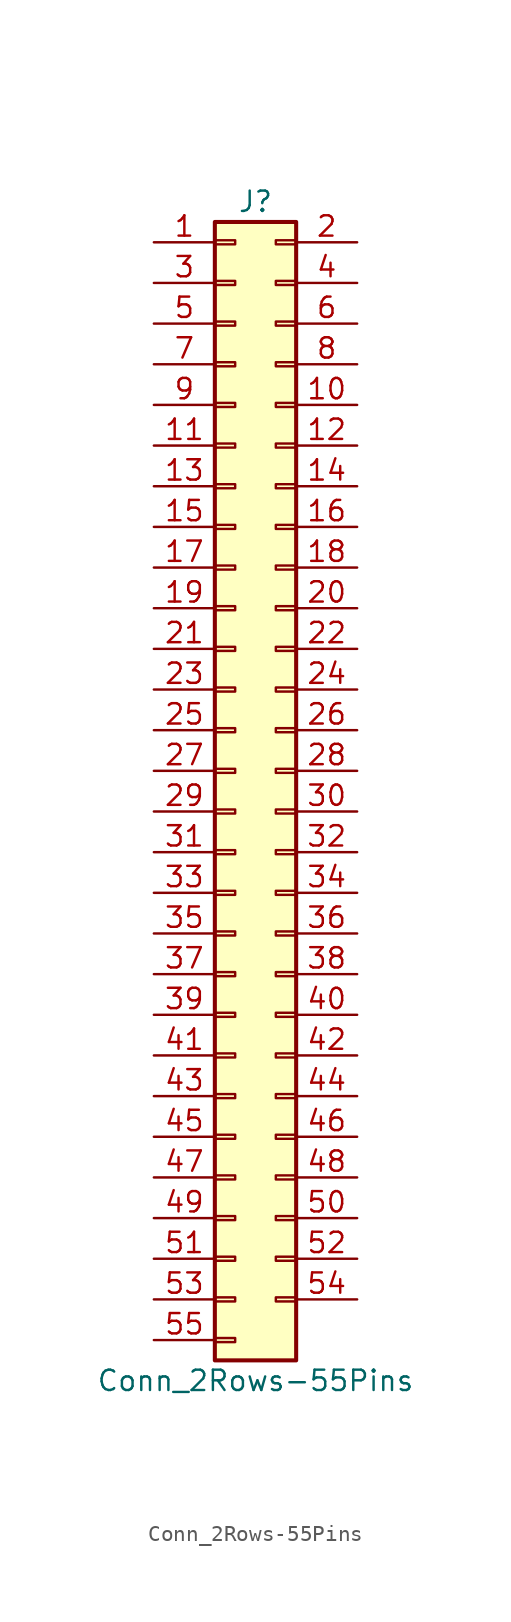
<source format=kicad_sym>
(kicad_symbol_lib
  (version 20211014)
  (generator kicad_symbol_editor)
  (symbol "Conn_2Rows-55Pins"
    (pin_names
      (offset 1.016) hide)
    (property "Reference" "J"
      (at 1.27 35.56 0)
      (effects (font (size 1.27 1.27))))
    (property "Value" "Conn_2Rows-55Pins"
      (at 1.27 -38.1 0)
      (effects (font (size 1.27 1.27))))
    (symbol "Conn_2Rows-55Pins_1_1"
      (rectangle (start -1.27 -35.433) (end 0 -35.687) (stroke (width 0.152) (type default) (color 0 0 0 0)) (fill (type none)))
      (rectangle (start -1.27 -32.893) (end 0 -33.147) (stroke (width 0.152) (type default) (color 0 0 0 0)) (fill (type none)))
      (rectangle (start -1.27 -30.353) (end 0 -30.607) (stroke (width 0.152) (type default) (color 0 0 0 0)) (fill (type none)))
      (rectangle (start -1.27 -27.813) (end 0 -28.067) (stroke (width 0.152) (type default) (color 0 0 0 0)) (fill (type none)))
      (rectangle (start -1.27 -25.273) (end 0 -25.527) (stroke (width 0.152) (type default) (color 0 0 0 0)) (fill (type none)))
      (rectangle (start -1.27 -22.733) (end 0 -22.987) (stroke (width 0.152) (type default) (color 0 0 0 0)) (fill (type none)))
      (rectangle (start -1.27 -20.193) (end 0 -20.447) (stroke (width 0.152) (type default) (color 0 0 0 0)) (fill (type none)))
      (rectangle (start -1.27 -17.653) (end 0 -17.907) (stroke (width 0.152) (type default) (color 0 0 0 0)) (fill (type none)))
      (rectangle (start -1.27 -15.113) (end 0 -15.367) (stroke (width 0.152) (type default) (color 0 0 0 0)) (fill (type none)))
      (rectangle (start -1.27 -12.573) (end 0 -12.827) (stroke (width 0.152) (type default) (color 0 0 0 0)) (fill (type none)))
      (rectangle (start -1.27 -10.033) (end 0 -10.287) (stroke (width 0.152) (type default) (color 0 0 0 0)) (fill (type none)))
      (rectangle (start -1.27 -7.493) (end 0 -7.747) (stroke (width 0.152) (type default) (color 0 0 0 0)) (fill (type none)))
      (rectangle (start -1.27 -4.953) (end 0 -5.207) (stroke (width 0.152) (type default) (color 0 0 0 0)) (fill (type none)))
      (rectangle (start -1.27 -2.413) (end 0 -2.667) (stroke (width 0.152) (type default) (color 0 0 0 0)) (fill (type none)))
      (rectangle (start -1.27 0.127) (end 0 -0.127) (stroke (width 0.152) (type default) (color 0 0 0 0)) (fill (type none)))
      (rectangle (start -1.27 2.667) (end 0 2.413) (stroke (width 0.152) (type default) (color 0 0 0 0)) (fill (type none)))
      (rectangle (start -1.27 5.207) (end 0 4.953) (stroke (width 0.152) (type default) (color 0 0 0 0)) (fill (type none)))
      (rectangle (start -1.27 7.747) (end 0 7.493) (stroke (width 0.152) (type default) (color 0 0 0 0)) (fill (type none)))
      (rectangle (start -1.27 10.287) (end 0 10.033) (stroke (width 0.152) (type default) (color 0 0 0 0)) (fill (type none)))
      (rectangle (start -1.27 12.827) (end 0 12.573) (stroke (width 0.152) (type default) (color 0 0 0 0)) (fill (type none)))
      (rectangle (start -1.27 15.367) (end 0 15.113) (stroke (width 0.152) (type default) (color 0 0 0 0)) (fill (type none)))
      (rectangle (start -1.27 17.907) (end 0 17.653) (stroke (width 0.152) (type default) (color 0 0 0 0)) (fill (type none)))
      (rectangle (start -1.27 20.447) (end 0 20.193) (stroke (width 0.152) (type default) (color 0 0 0 0)) (fill (type none)))
      (rectangle (start -1.27 22.987) (end 0 22.733) (stroke (width 0.152) (type default) (color 0 0 0 0)) (fill (type none)))
      (rectangle (start -1.27 25.527) (end 0 25.273) (stroke (width 0.152) (type default) (color 0 0 0 0)) (fill (type none)))
      (rectangle (start -1.27 28.067) (end 0 27.813) (stroke (width 0.152) (type default) (color 0 0 0 0)) (fill (type none)))
      (rectangle (start -1.27 30.607) (end 0 30.353) (stroke (width 0.152) (type default) (color 0 0 0 0)) (fill (type none)))
      (rectangle (start -1.27 33.147) (end 0 32.893) (stroke (width 0.152) (type default) (color 0 0 0 0)) (fill (type none)))
      (rectangle (start -1.27 34.29) (end 3.81 -36.83) (stroke (width 0.254) (type default) (color 0 0 0 0)) (fill (type background)))
      (rectangle (start 3.81 -32.893) (end 2.54 -33.147) (stroke (width 0.152) (type default) (color 0 0 0 0)) (fill (type none)))
      (rectangle (start 3.81 -30.353) (end 2.54 -30.607) (stroke (width 0.152) (type default) (color 0 0 0 0)) (fill (type none)))
      (rectangle (start 3.81 -27.813) (end 2.54 -28.067) (stroke (width 0.152) (type default) (color 0 0 0 0)) (fill (type none)))
      (rectangle (start 3.81 -25.273) (end 2.54 -25.527) (stroke (width 0.152) (type default) (color 0 0 0 0)) (fill (type none)))
      (rectangle (start 3.81 -22.733) (end 2.54 -22.987) (stroke (width 0.152) (type default) (color 0 0 0 0)) (fill (type none)))
      (rectangle (start 3.81 -20.193) (end 2.54 -20.447) (stroke (width 0.152) (type default) (color 0 0 0 0)) (fill (type none)))
      (rectangle (start 3.81 -17.653) (end 2.54 -17.907) (stroke (width 0.152) (type default) (color 0 0 0 0)) (fill (type none)))
      (rectangle (start 3.81 -15.113) (end 2.54 -15.367) (stroke (width 0.152) (type default) (color 0 0 0 0)) (fill (type none)))
      (rectangle (start 3.81 -12.573) (end 2.54 -12.827) (stroke (width 0.152) (type default) (color 0 0 0 0)) (fill (type none)))
      (rectangle (start 3.81 -10.033) (end 2.54 -10.287) (stroke (width 0.152) (type default) (color 0 0 0 0)) (fill (type none)))
      (rectangle (start 3.81 -7.493) (end 2.54 -7.747) (stroke (width 0.152) (type default) (color 0 0 0 0)) (fill (type none)))
      (rectangle (start 3.81 -4.953) (end 2.54 -5.207) (stroke (width 0.152) (type default) (color 0 0 0 0)) (fill (type none)))
      (rectangle (start 3.81 -2.413) (end 2.54 -2.667) (stroke (width 0.152) (type default) (color 0 0 0 0)) (fill (type none)))
      (rectangle (start 3.81 0.127) (end 2.54 -0.127) (stroke (width 0.152) (type default) (color 0 0 0 0)) (fill (type none)))
      (rectangle (start 3.81 2.667) (end 2.54 2.413) (stroke (width 0.152) (type default) (color 0 0 0 0)) (fill (type none)))
      (rectangle (start 3.81 5.207) (end 2.54 4.953) (stroke (width 0.152) (type default) (color 0 0 0 0)) (fill (type none)))
      (rectangle (start 3.81 7.747) (end 2.54 7.493) (stroke (width 0.152) (type default) (color 0 0 0 0)) (fill (type none)))
      (rectangle (start 3.81 10.287) (end 2.54 10.033) (stroke (width 0.152) (type default) (color 0 0 0 0)) (fill (type none)))
      (rectangle (start 3.81 12.827) (end 2.54 12.573) (stroke (width 0.152) (type default) (color 0 0 0 0)) (fill (type none)))
      (rectangle (start 3.81 15.367) (end 2.54 15.113) (stroke (width 0.152) (type default) (color 0 0 0 0)) (fill (type none)))
      (rectangle (start 3.81 17.907) (end 2.54 17.653) (stroke (width 0.152) (type default) (color 0 0 0 0)) (fill (type none)))
      (rectangle (start 3.81 20.447) (end 2.54 20.193) (stroke (width 0.152) (type default) (color 0 0 0 0)) (fill (type none)))
      (rectangle (start 3.81 22.987) (end 2.54 22.733) (stroke (width 0.152) (type default) (color 0 0 0 0)) (fill (type none)))
      (rectangle (start 3.81 25.527) (end 2.54 25.273) (stroke (width 0.152) (type default) (color 0 0 0 0)) (fill (type none)))
      (rectangle (start 3.81 28.067) (end 2.54 27.813) (stroke (width 0.152) (type default) (color 0 0 0 0)) (fill (type none)))
      (rectangle (start 3.81 30.607) (end 2.54 30.353) (stroke (width 0.152) (type default) (color 0 0 0 0)) (fill (type none)))
      (rectangle (start 3.81 33.147) (end 2.54 32.893) (stroke (width 0.152) (type default) (color 0 0 0 0)) (fill (type none)))
      (pin passive line (at -5.08 33.02 0) (length 3.81) (name "Pin_1" (effects (font (size 1.27 1.27)))) (number "1" (effects (font (size 1.27 1.27)))))
      (pin passive line (at 7.62 22.86 180) (length 3.81) (name "Pin_10" (effects (font (size 1.27 1.27)))) (number "10" (effects (font (size 1.27 1.27)))))
      (pin passive line (at -5.08 20.32 0) (length 3.81) (name "Pin_11" (effects (font (size 1.27 1.27)))) (number "11" (effects (font (size 1.27 1.27)))))
      (pin passive line (at 7.62 20.32 180) (length 3.81) (name "Pin_12" (effects (font (size 1.27 1.27)))) (number "12" (effects (font (size 1.27 1.27)))))
      (pin passive line (at -5.08 17.78 0) (length 3.81) (name "Pin_13" (effects (font (size 1.27 1.27)))) (number "13" (effects (font (size 1.27 1.27)))))
      (pin passive line (at 7.62 17.78 180) (length 3.81) (name "Pin_14" (effects (font (size 1.27 1.27)))) (number "14" (effects (font (size 1.27 1.27)))))
      (pin passive line (at -5.08 15.24 0) (length 3.81) (name "Pin_15" (effects (font (size 1.27 1.27)))) (number "15" (effects (font (size 1.27 1.27)))))
      (pin passive line (at 7.62 15.24 180) (length 3.81) (name "Pin_16" (effects (font (size 1.27 1.27)))) (number "16" (effects (font (size 1.27 1.27)))))
      (pin passive line (at -5.08 12.7 0) (length 3.81) (name "Pin_17" (effects (font (size 1.27 1.27)))) (number "17" (effects (font (size 1.27 1.27)))))
      (pin passive line (at 7.62 12.7 180) (length 3.81) (name "Pin_18" (effects (font (size 1.27 1.27)))) (number "18" (effects (font (size 1.27 1.27)))))
      (pin passive line (at -5.08 10.16 0) (length 3.81) (name "Pin_19" (effects (font (size 1.27 1.27)))) (number "19" (effects (font (size 1.27 1.27)))))
      (pin passive line (at 7.62 33.02 180) (length 3.81) (name "Pin_2" (effects (font (size 1.27 1.27)))) (number "2" (effects (font (size 1.27 1.27)))))
      (pin passive line (at 7.62 10.16 180) (length 3.81) (name "Pin_20" (effects (font (size 1.27 1.27)))) (number "20" (effects (font (size 1.27 1.27)))))
      (pin passive line (at -5.08 7.62 0) (length 3.81) (name "Pin_21" (effects (font (size 1.27 1.27)))) (number "21" (effects (font (size 1.27 1.27)))))
      (pin passive line (at 7.62 7.62 180) (length 3.81) (name "Pin_22" (effects (font (size 1.27 1.27)))) (number "22" (effects (font (size 1.27 1.27)))))
      (pin passive line (at -5.08 5.08 0) (length 3.81) (name "Pin_23" (effects (font (size 1.27 1.27)))) (number "23" (effects (font (size 1.27 1.27)))))
      (pin passive line (at 7.62 5.08 180) (length 3.81) (name "Pin_24" (effects (font (size 1.27 1.27)))) (number "24" (effects (font (size 1.27 1.27)))))
      (pin passive line (at -5.08 2.54 0) (length 3.81) (name "Pin_25" (effects (font (size 1.27 1.27)))) (number "25" (effects (font (size 1.27 1.27)))))
      (pin passive line (at 7.62 2.54 180) (length 3.81) (name "Pin_26" (effects (font (size 1.27 1.27)))) (number "26" (effects (font (size 1.27 1.27)))))
      (pin passive line (at -5.08 0 0) (length 3.81) (name "Pin_27" (effects (font (size 1.27 1.27)))) (number "27" (effects (font (size 1.27 1.27)))))
      (pin passive line (at 7.62 0 180) (length 3.81) (name "Pin_28" (effects (font (size 1.27 1.27)))) (number "28" (effects (font (size 1.27 1.27)))))
      (pin passive line (at -5.08 -2.54 0) (length 3.81) (name "Pin_29" (effects (font (size 1.27 1.27)))) (number "29" (effects (font (size 1.27 1.27)))))
      (pin passive line (at -5.08 30.48 0) (length 3.81) (name "Pin_3" (effects (font (size 1.27 1.27)))) (number "3" (effects (font (size 1.27 1.27)))))
      (pin passive line (at 7.62 -2.54 180) (length 3.81) (name "Pin_30" (effects (font (size 1.27 1.27)))) (number "30" (effects (font (size 1.27 1.27)))))
      (pin passive line (at -5.08 -5.08 0) (length 3.81) (name "Pin_31" (effects (font (size 1.27 1.27)))) (number "31" (effects (font (size 1.27 1.27)))))
      (pin passive line (at 7.62 -5.08 180) (length 3.81) (name "Pin_32" (effects (font (size 1.27 1.27)))) (number "32" (effects (font (size 1.27 1.27)))))
      (pin passive line (at -5.08 -7.62 0) (length 3.81) (name "Pin_33" (effects (font (size 1.27 1.27)))) (number "33" (effects (font (size 1.27 1.27)))))
      (pin passive line (at 7.62 -7.62 180) (length 3.81) (name "Pin_34" (effects (font (size 1.27 1.27)))) (number "34" (effects (font (size 1.27 1.27)))))
      (pin passive line (at -5.08 -10.16 0) (length 3.81) (name "Pin_35" (effects (font (size 1.27 1.27)))) (number "35" (effects (font (size 1.27 1.27)))))
      (pin passive line (at 7.62 -10.16 180) (length 3.81) (name "Pin_36" (effects (font (size 1.27 1.27)))) (number "36" (effects (font (size 1.27 1.27)))))
      (pin passive line (at -5.08 -12.7 0) (length 3.81) (name "Pin_37" (effects (font (size 1.27 1.27)))) (number "37" (effects (font (size 1.27 1.27)))))
      (pin passive line (at 7.62 -12.7 180) (length 3.81) (name "Pin_38" (effects (font (size 1.27 1.27)))) (number "38" (effects (font (size 1.27 1.27)))))
      (pin passive line (at -5.08 -15.24 0) (length 3.81) (name "Pin_39" (effects (font (size 1.27 1.27)))) (number "39" (effects (font (size 1.27 1.27)))))
      (pin passive line (at 7.62 30.48 180) (length 3.81) (name "Pin_4" (effects (font (size 1.27 1.27)))) (number "4" (effects (font (size 1.27 1.27)))))
      (pin passive line (at 7.62 -15.24 180) (length 3.81) (name "Pin_40" (effects (font (size 1.27 1.27)))) (number "40" (effects (font (size 1.27 1.27)))))
      (pin passive line (at -5.08 -17.78 0) (length 3.81) (name "Pin_41" (effects (font (size 1.27 1.27)))) (number "41" (effects (font (size 1.27 1.27)))))
      (pin passive line (at 7.62 -17.78 180) (length 3.81) (name "Pin_42" (effects (font (size 1.27 1.27)))) (number "42" (effects (font (size 1.27 1.27)))))
      (pin passive line (at -5.08 -20.32 0) (length 3.81) (name "Pin_43" (effects (font (size 1.27 1.27)))) (number "43" (effects (font (size 1.27 1.27)))))
      (pin passive line (at 7.62 -20.32 180) (length 3.81) (name "Pin_44" (effects (font (size 1.27 1.27)))) (number "44" (effects (font (size 1.27 1.27)))))
      (pin passive line (at -5.08 -22.86 0) (length 3.81) (name "Pin_45" (effects (font (size 1.27 1.27)))) (number "45" (effects (font (size 1.27 1.27)))))
      (pin passive line (at 7.62 -22.86 180) (length 3.81) (name "Pin_46" (effects (font (size 1.27 1.27)))) (number "46" (effects (font (size 1.27 1.27)))))
      (pin passive line (at -5.08 -25.4 0) (length 3.81) (name "Pin_47" (effects (font (size 1.27 1.27)))) (number "47" (effects (font (size 1.27 1.27)))))
      (pin passive line (at 7.62 -25.4 180) (length 3.81) (name "Pin_48" (effects (font (size 1.27 1.27)))) (number "48" (effects (font (size 1.27 1.27)))))
      (pin passive line (at -5.08 -27.94 0) (length 3.81) (name "Pin_49" (effects (font (size 1.27 1.27)))) (number "49" (effects (font (size 1.27 1.27)))))
      (pin passive line (at -5.08 27.94 0) (length 3.81) (name "Pin_5" (effects (font (size 1.27 1.27)))) (number "5" (effects (font (size 1.27 1.27)))))
      (pin passive line (at 7.62 -27.94 180) (length 3.81) (name "Pin_50" (effects (font (size 1.27 1.27)))) (number "50" (effects (font (size 1.27 1.27)))))
      (pin passive line (at -5.08 -30.48 0) (length 3.81) (name "Pin_51" (effects (font (size 1.27 1.27)))) (number "51" (effects (font (size 1.27 1.27)))))
      (pin passive line (at 7.62 -30.48 180) (length 3.81) (name "Pin_52" (effects (font (size 1.27 1.27)))) (number "52" (effects (font (size 1.27 1.27)))))
      (pin passive line (at -5.08 -33.02 0) (length 3.81) (name "Pin_53" (effects (font (size 1.27 1.27)))) (number "53" (effects (font (size 1.27 1.27)))))
      (pin passive line (at 7.62 -33.02 180) (length 3.81) (name "Pin_54" (effects (font (size 1.27 1.27)))) (number "54" (effects (font (size 1.27 1.27)))))
      (pin passive line (at -5.08 -35.56 0) (length 3.81) (name "Pin_55" (effects (font (size 1.27 1.27)))) (number "55" (effects (font (size 1.27 1.27)))))
      (pin passive line (at 7.62 27.94 180) (length 3.81) (name "Pin_6" (effects (font (size 1.27 1.27)))) (number "6" (effects (font (size 1.27 1.27)))))
      (pin passive line (at -5.08 25.4 0) (length 3.81) (name "Pin_7" (effects (font (size 1.27 1.27)))) (number "7" (effects (font (size 1.27 1.27)))))
      (pin passive line (at 7.62 25.4 180) (length 3.81) (name "Pin_8" (effects (font (size 1.27 1.27)))) (number "8" (effects (font (size 1.27 1.27)))))
      (pin passive line (at -5.08 22.86 0) (length 3.81) (name "Pin_9" (effects (font (size 1.27 1.27)))) (number "9" (effects (font (size 1.27 1.27))))))))
</source>
